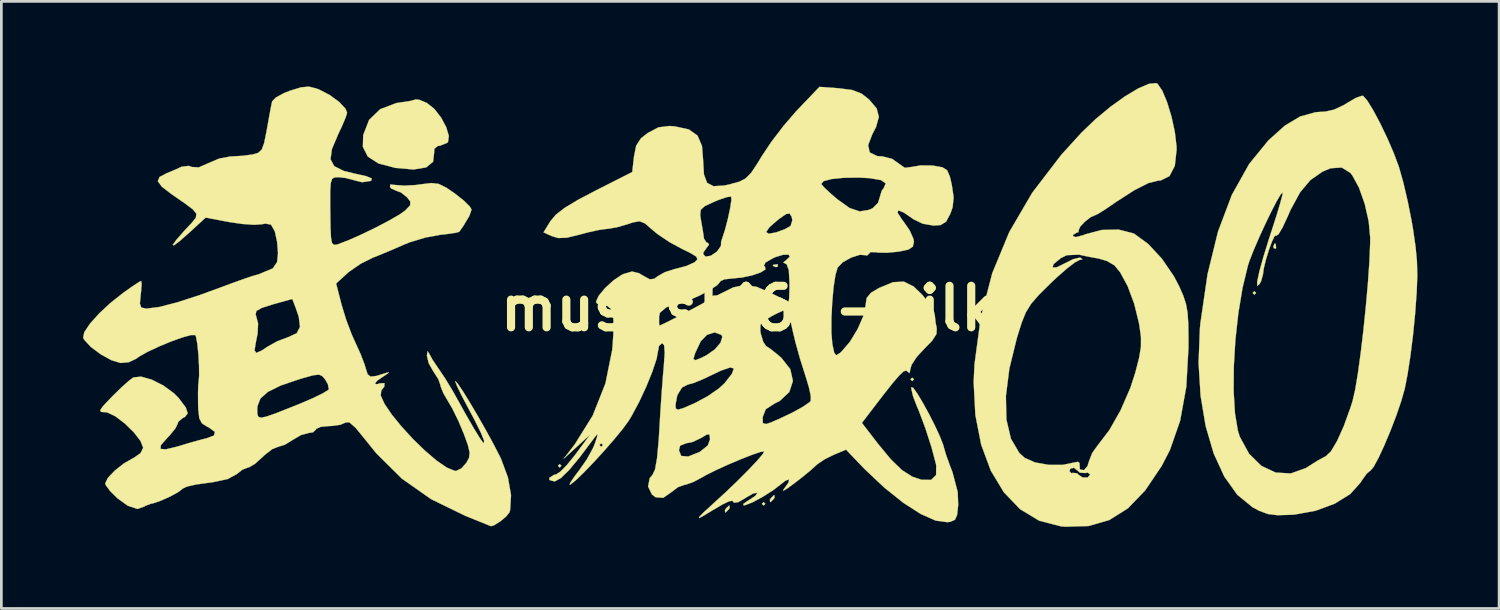
<source format=kicad_pcb>
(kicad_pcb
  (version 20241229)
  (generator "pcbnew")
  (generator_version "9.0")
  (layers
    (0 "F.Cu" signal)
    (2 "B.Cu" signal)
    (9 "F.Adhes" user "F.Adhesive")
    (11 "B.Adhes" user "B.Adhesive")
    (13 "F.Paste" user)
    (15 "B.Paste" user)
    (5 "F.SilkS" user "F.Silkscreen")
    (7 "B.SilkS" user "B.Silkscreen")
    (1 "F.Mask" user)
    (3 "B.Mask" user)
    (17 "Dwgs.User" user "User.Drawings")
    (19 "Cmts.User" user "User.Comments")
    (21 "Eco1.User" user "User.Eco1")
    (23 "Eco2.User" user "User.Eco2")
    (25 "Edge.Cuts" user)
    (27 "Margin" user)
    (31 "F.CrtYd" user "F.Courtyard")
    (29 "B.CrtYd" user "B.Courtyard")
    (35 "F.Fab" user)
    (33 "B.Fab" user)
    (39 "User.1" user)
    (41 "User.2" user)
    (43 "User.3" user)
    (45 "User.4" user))
  (footprint "musashi60-silk"
    (layer "F.Cu")
    (at 24.437 8.287)
    (property "Reference" "musashi60-silk" (at 0 0 0) (layer "F.SilkS") (effects (font (size 1.524 1.524) (thickness 0.3))))
    (attr through_hole)
    (fp_poly (pts (xy -6.858 5.779) (xy -6.921 5.842) (xy -6.985 5.779) (xy -6.921 5.715) (xy -6.858 5.779)) (stroke (width 0.01) (type solid)) (fill yes) (layer "F.SilkS"))
    (fp_poly (pts (xy 0.635 7.176) (xy 0.572 7.239) (xy 0.508 7.176) (xy 0.572 7.112) (xy 0.635 7.176)) (stroke (width 0.01) (type solid)) (fill yes) (layer "F.SilkS"))
    (fp_poly (pts (xy 6.096 2.603) (xy 6.032 2.667) (xy 5.969 2.603) (xy 6.032 2.54) (xy 6.096 2.603)) (stroke (width 0.01) (type solid)) (fill yes) (layer "F.SilkS"))
    (fp_poly (pts (xy 18.669 -0.572) (xy 18.605 -0.508) (xy 18.542 -0.572) (xy 18.605 -0.635) (xy 18.669 -0.572)) (stroke (width 0.01) (type solid)) (fill yes) (layer "F.SilkS"))
    (fp_poly (pts (xy 1.101 -1.609) (xy 1.083 -1.533) (xy 1.016 -1.524) (xy 0.911 -1.57) (xy 0.931 -1.609) (xy 1.082 -1.624) (xy 1.101 -1.609)) (stroke (width 0.01) (type solid)) (fill yes) (layer "F.SilkS"))
    (fp_poly (pts (xy 19.389 -2.371) (xy 19.404 -2.22) (xy 19.389 -2.201) (xy 19.313 -2.219) (xy 19.304 -2.286) (xy 19.35 -2.391) (xy 19.389 -2.371)) (stroke (width 0.01) (type solid)) (fill yes) (layer "F.SilkS"))
    (fp_poly (pts (xy -0.675 7.321) (xy -0.699 7.366) (xy -0.818 7.487) (xy -0.84 7.493) (xy -0.849 7.411) (xy -0.826 7.366) (xy -0.706 7.245) (xy -0.684 7.239) (xy -0.675 7.321)) (stroke (width 0.01) (type solid)) (fill yes) (layer "F.SilkS"))
    (fp_poly (pts (xy 0.976 6.94) (xy 0.953 6.985) (xy 0.833 7.106) (xy 0.811 7.112) (xy 0.802 7.03) (xy 0.826 6.985) (xy 0.945 6.864) (xy 0.967 6.858) (xy 0.976 6.94)) (stroke (width 0.01) (type solid)) (fill yes) (layer "F.SilkS"))
    (fp_poly (pts (xy -12.076 -7.669) (xy -11.817 -7.56) (xy -11.794 -7.548) (xy -11.524 -7.333) (xy -11.278 -7.015) (xy -11.09 -6.662) (xy -10.994 -6.341) (xy -11.025 -6.12) (xy -11.061 -6.086) (xy -11.317 -5.983) (xy -11.406 -5.971) (xy -11.526 -5.868) (xy -11.533 -5.735) (xy -11.573 -5.394) (xy -11.827 -5.185) (xy -12.29 -5.109) (xy -12.954 -5.167) (xy -13.577 -5.329) (xy -13.972 -5.583) (xy -14.153 -5.941) (xy -14.142 -6.371) (xy -13.924 -6.932) (xy -13.515 -7.327) (xy -12.923 -7.55) (xy -12.706 -7.583) (xy -12.397 -7.63) (xy -12.22 -7.679) (xy -12.212 -7.684) (xy -12.076 -7.669)) (stroke (width 0.01) (type solid)) (fill yes) (layer "F.SilkS"))
    (fp_poly (pts (xy 22.604 -7.811) (xy 22.76 -7.632) (xy 22.979 -7.275) (xy 23.233 -6.796) (xy 23.493 -6.254) (xy 23.729 -5.706) (xy 23.914 -5.21) (xy 23.918 -5.196) (xy 24.074 -4.648) (xy 24.236 -3.958) (xy 24.38 -3.238) (xy 24.44 -2.887) (xy 24.529 -2.263) (xy 24.579 -1.73) (xy 24.592 -1.205) (xy 24.57 -0.602) (xy 24.514 0.162) (xy 24.509 0.224) (xy 24.435 0.972) (xy 24.34 1.731) (xy 24.235 2.414) (xy 24.134 2.932) (xy 24.131 2.946) (xy 24.001 3.403) (xy 23.818 3.938) (xy 23.603 4.498) (xy 23.378 5.033) (xy 23.166 5.49) (xy 22.987 5.818) (xy 22.863 5.966) (xy 22.849 5.969) (xy 22.733 6.068) (xy 22.556 6.314) (xy 22.505 6.397) (xy 22.129 6.816) (xy 21.561 7.169) (xy 20.861 7.429) (xy 20.089 7.57) (xy 19.966 7.579) (xy 19.462 7.594) (xy 19.1 7.551) (xy 18.773 7.428) (xy 18.537 7.301) (xy 17.979 6.845) (xy 17.501 6.176) (xy 17.11 5.325) (xy 16.816 4.324) (xy 16.628 3.203) (xy 16.619 3.043) (xy 17.844 3.043) (xy 17.892 3.847) (xy 17.998 4.484) (xy 18.069 4.712) (xy 18.411 5.337) (xy 18.862 5.781) (xy 19.385 6.027) (xy 19.943 6.06) (xy 20.496 5.862) (xy 20.588 5.804) (xy 20.914 5.597) (xy 21.179 5.453) (xy 21.221 5.435) (xy 21.416 5.253) (xy 21.647 4.864) (xy 21.895 4.31) (xy 22.14 3.631) (xy 22.214 3.396) (xy 22.307 2.993) (xy 22.408 2.391) (xy 22.511 1.644) (xy 22.611 0.805) (xy 22.701 -0.071) (xy 22.777 -0.93) (xy 22.832 -1.718) (xy 22.859 -2.381) (xy 22.862 -2.603) (xy 22.806 -3.207) (xy 22.659 -3.85) (xy 22.449 -4.443) (xy 22.203 -4.895) (xy 22.131 -4.985) (xy 21.813 -5.182) (xy 21.405 -5.154) (xy 21.107 -5.029) (xy 20.664 -4.721) (xy 20.288 -4.274) (xy 19.942 -3.64) (xy 19.824 -3.372) (xy 19.644 -2.984) (xy 19.497 -2.736) (xy 19.41 -2.672) (xy 19.402 -2.685) (xy 19.346 -2.658) (xy 19.249 -2.454) (xy 19.135 -2.141) (xy 19.027 -1.787) (xy 18.948 -1.461) (xy 18.921 -1.25) (xy 18.851 -1.002) (xy 18.786 -0.889) (xy 18.708 -0.833) (xy 18.71 -0.995) (xy 18.787 -1.355) (xy 18.935 -1.891) (xy 19.149 -2.583) (xy 19.255 -2.908) (xy 19.427 -3.444) (xy 19.559 -3.884) (xy 19.636 -4.176) (xy 19.649 -4.27) (xy 19.572 -4.193) (xy 19.42 -3.935) (xy 19.22 -3.547) (xy 18.995 -3.081) (xy 18.77 -2.59) (xy 18.57 -2.126) (xy 18.421 -1.741) (xy 18.37 -1.587) (xy 18.171 -0.76) (xy 18.016 0.171) (xy 17.908 1.151) (xy 17.85 2.127) (xy 17.844 3.043) (xy 16.619 3.043) (xy 16.555 1.995) (xy 16.604 0.731) (xy 16.623 0.532) (xy 16.884 -1.257) (xy 17.269 -2.826) (xy 17.778 -4.176) (xy 18.413 -5.311) (xy 19.121 -6.179) (xy 19.723 -6.719) (xy 20.284 -7.055) (xy 20.86 -7.215) (xy 21.223 -7.238) (xy 21.535 -7.309) (xy 21.911 -7.487) (xy 22.026 -7.559) (xy 22.331 -7.738) (xy 22.554 -7.817) (xy 22.604 -7.811)) (stroke (width 0.01) (type solid)) (fill yes) (layer "F.SilkS"))
    (fp_poly (pts (xy 15.048 -8.257) (xy 15.222 -8.005) (xy 15.401 -7.576) (xy 15.562 -7.043) (xy 15.683 -6.481) (xy 15.745 -5.963) (xy 15.748 -5.837) (xy 15.682 -5.243) (xy 15.486 -4.866) (xy 15.16 -4.705) (xy 15.065 -4.699) (xy 14.711 -4.61) (xy 14.196 -4.349) (xy 13.534 -3.924) (xy 13.441 -3.859) (xy 13.101 -3.628) (xy 12.848 -3.472) (xy 12.753 -3.429) (xy 12.587 -3.357) (xy 12.376 -3.191) (xy 12.203 -3.007) (xy 12.149 -2.882) (xy 12.154 -2.874) (xy 12.137 -2.8) (xy 12.086 -2.794) (xy 11.946 -2.708) (xy 11.938 -2.665) (xy 12.04 -2.624) (xy 12.308 -2.693) (xy 12.398 -2.729) (xy 13.001 -2.888) (xy 13.621 -2.9) (xy 14.153 -2.764) (xy 14.199 -2.741) (xy 14.702 -2.375) (xy 15.206 -1.833) (xy 15.649 -1.185) (xy 15.837 -0.826) (xy 15.99 -0.479) (xy 16.091 -0.176) (xy 16.15 0.152) (xy 16.178 0.57) (xy 16.184 1.146) (xy 16.183 1.46) (xy 16.103 2.881) (xy 15.879 4.117) (xy 15.503 5.197) (xy 15.199 5.786) (xy 14.594 6.682) (xy 13.961 7.34) (xy 13.274 7.772) (xy 12.512 7.992) (xy 11.648 8.017) (xy 11.493 8.002) (xy 10.698 7.797) (xy 9.996 7.373) (xy 9.399 6.751) (xy 8.932 5.976) (xy 11.811 5.976) (xy 11.888 6.055) (xy 11.929 6.038) (xy 12.092 6.054) (xy 12.127 6.094) (xy 12.287 6.205) (xy 12.479 6.208) (xy 12.573 6.101) (xy 12.573 6.1) (xy 12.481 6.028) (xy 12.395 6.045) (xy 12.19 6.031) (xy 12.134 5.978) (xy 11.977 5.852) (xy 11.838 5.887) (xy 11.811 5.976) (xy 8.932 5.976) (xy 8.918 5.953) (xy 8.566 5) (xy 8.353 3.913) (xy 8.317 3.215) (xy 9.475 3.215) (xy 9.494 4.08) (xy 9.66 4.785) (xy 9.969 5.309) (xy 10.164 5.486) (xy 10.544 5.655) (xy 11.052 5.745) (xy 11.572 5.744) (xy 11.909 5.673) (xy 12.12 5.631) (xy 12.18 5.674) (xy 12.193 5.91) (xy 12.339 5.941) (xy 12.473 5.79) (xy 12.53 5.608) (xy 12.648 5.305) (xy 12.836 5.043) (xy 13.275 4.469) (xy 13.694 3.73) (xy 14.049 2.914) (xy 14.233 2.345) (xy 14.371 1.806) (xy 14.437 1.407) (xy 14.438 1.047) (xy 14.38 0.626) (xy 14.359 0.509) (xy 14.187 -0.185) (xy 13.948 -0.824) (xy 13.672 -1.334) (xy 13.461 -1.589) (xy 13.18 -1.75) (xy 12.881 -1.837) (xy 12.466 -1.913) (xy 12.16 -1.979) (xy 11.713 -1.96) (xy 11.494 -1.853) (xy 11.229 -1.635) (xy 11.188 -1.51) (xy 11.346 -1.515) (xy 11.621 -1.651) (xy 11.937 -1.81) (xy 12.18 -1.869) (xy 12.224 -1.862) (xy 12.288 -1.805) (xy 12.188 -1.788) (xy 12.017 -1.7) (xy 11.718 -1.47) (xy 11.34 -1.139) (xy 11.105 -0.917) (xy 10.686 -0.501) (xy 10.404 -0.177) (xy 10.21 0.137) (xy 10.054 0.52) (xy 9.887 1.054) (xy 9.878 1.083) (xy 9.602 2.209) (xy 9.475 3.215) (xy 8.317 3.215) (xy 8.29 2.714) (xy 8.321 2.052) (xy 8.555 0.307) (xy 8.976 -1.305) (xy 9.601 -2.814) (xy 10.442 -4.253) (xy 11.514 -5.653) (xy 12.247 -6.457) (xy 12.768 -6.958) (xy 13.317 -7.413) (xy 13.853 -7.798) (xy 14.338 -8.088) (xy 14.733 -8.258) (xy 14.998 -8.282) (xy 15.048 -8.257)) (stroke (width 0.01) (type solid)) (fill yes) (layer "F.SilkS"))
    (fp_poly (pts (xy -15.854 -8.083) (xy -15.75 -8.042) (xy -15.366 -7.842) (xy -15.024 -7.59) (xy -14.792 -7.344) (xy -14.732 -7.198) (xy -14.784 -7.024) (xy -14.92 -6.702) (xy -15.064 -6.396) (xy -15.29 -5.86) (xy -15.342 -5.484) (xy -15.204 -5.23) (xy -14.858 -5.057) (xy -14.453 -4.958) (xy -14.029 -4.863) (xy -13.833 -4.783) (xy -13.839 -4.707) (xy -13.87 -4.687) (xy -14.179 -4.641) (xy -14.413 -4.698) (xy -14.785 -4.797) (xy -15.056 -4.826) (xy -15.196 -4.818) (xy -15.284 -4.762) (xy -15.333 -4.611) (xy -15.353 -4.321) (xy -15.354 -3.844) (xy -15.351 -3.552) (xy -15.342 -2.976) (xy -15.325 -2.61) (xy -15.288 -2.413) (xy -15.221 -2.34) (xy -15.114 -2.349) (xy -15.066 -2.364) (xy -14.688 -2.507) (xy -14.202 -2.723) (xy -13.678 -2.977) (xy -13.187 -3.234) (xy -12.8 -3.458) (xy -12.605 -3.596) (xy -12.417 -3.791) (xy -12.411 -3.934) (xy -12.529 -4.086) (xy -12.754 -4.266) (xy -12.903 -4.318) (xy -13.115 -4.413) (xy -13.156 -4.464) (xy -13.147 -4.558) (xy -12.941 -4.538) (xy -12.634 -4.515) (xy -12.21 -4.539) (xy -12.01 -4.566) (xy -11.639 -4.611) (xy -11.368 -4.58) (xy -11.092 -4.445) (xy -10.772 -4.226) (xy -10.444 -3.967) (xy -10.222 -3.746) (xy -10.16 -3.636) (xy -10.239 -3.406) (xy -10.458 -3.04) (xy -10.613 -2.818) (xy -10.744 -2.783) (xy -11.052 -2.738) (xy -11.322 -2.707) (xy -11.862 -2.606) (xy -12.432 -2.434) (xy -12.636 -2.351) (xy -13.119 -2.141) (xy -13.61 -1.938) (xy -13.795 -1.865) (xy -14.242 -1.641) (xy -14.667 -1.346) (xy -14.727 -1.293) (xy -15.136 -0.92) (xy -14.937 -0.144) (xy -14.772 0.398) (xy -14.564 0.951) (xy -14.436 1.236) (xy -14.242 1.66) (xy -14.091 2.054) (xy -14.046 2.204) (xy -13.979 2.415) (xy -13.869 2.502) (xy -13.651 2.476) (xy -13.271 2.356) (xy -13.191 2.349) (xy -13.315 2.441) (xy -13.367 2.472) (xy -13.616 2.643) (xy -13.714 2.758) (xy -13.637 2.783) (xy -13.525 2.748) (xy -13.359 2.74) (xy -13.366 2.871) (xy -13.478 3.013) (xy -13.497 3.199) (xy -13.355 3.508) (xy -13.086 3.903) (xy -12.725 4.345) (xy -12.308 4.799) (xy -11.869 5.225) (xy -11.444 5.587) (xy -11.067 5.846) (xy -10.774 5.965) (xy -10.727 5.969) (xy -10.531 5.872) (xy -10.351 5.67) (xy -10.251 5.483) (xy -10.23 5.292) (xy -10.294 5.017) (xy -10.436 4.622) (xy -10.64 4.134) (xy -10.868 3.672) (xy -11.01 3.431) (xy -11.195 3.113) (xy -11.296 2.863) (xy -11.303 2.816) (xy -11.377 2.601) (xy -11.554 2.324) (xy -11.557 2.321) (xy -11.735 2.01) (xy -11.801 1.729) (xy -11.775 1.569) (xy -11.718 1.651) (xy -11.596 1.877) (xy -11.393 2.181) (xy -11.363 2.223) (xy -11.136 2.559) (xy -10.871 2.995) (xy -10.733 3.239) (xy -10.373 3.886) (xy -10.074 4.405) (xy -9.852 4.766) (xy -9.725 4.941) (xy -9.707 4.953) (xy -9.699 4.856) (xy -9.818 4.56) (xy -10.067 4.06) (xy -10.319 3.588) (xy -10.54 3.167) (xy -10.694 2.847) (xy -10.758 2.68) (xy -10.754 2.667) (xy -10.659 2.771) (xy -10.471 3.05) (xy -10.219 3.458) (xy -9.931 3.945) (xy -9.636 4.465) (xy -9.36 4.968) (xy -9.133 5.408) (xy -9.076 5.524) (xy -8.824 6.203) (xy -8.709 6.856) (xy -8.743 7.407) (xy -8.766 7.488) (xy -8.89 7.644) (xy -9.116 7.831) (xy -9.342 7.97) (xy -9.444 7.997) (xy -9.561 7.952) (xy -9.856 7.833) (xy -10.271 7.665) (xy -10.395 7.615) (xy -11.646 7.005) (xy -12.717 6.253) (xy -13.662 5.317) (xy -14.089 4.788) (xy -14.421 4.381) (xy -14.647 4.185) (xy -14.777 4.185) (xy -14.983 4.272) (xy -15.321 4.317) (xy -15.392 4.318) (xy -15.701 4.348) (xy -15.866 4.421) (xy -15.875 4.445) (xy -15.982 4.547) (xy -16.141 4.572) (xy -16.428 4.649) (xy -16.729 4.826) (xy -17.021 5.006) (xy -17.265 5.08) (xy -17.483 5.167) (xy -17.763 5.382) (xy -17.844 5.461) (xy -18.111 5.701) (xy -18.331 5.833) (xy -18.375 5.842) (xy -18.585 5.925) (xy -18.779 6.079) (xy -19.116 6.264) (xy -19.699 6.388) (xy -19.858 6.407) (xy -20.296 6.469) (xy -20.626 6.545) (xy -20.772 6.616) (xy -20.932 6.743) (xy -21.233 6.907) (xy -21.575 7.061) (xy -21.859 7.158) (xy -21.93 7.169) (xy -22.147 7.25) (xy -22.174 7.272) (xy -22.434 7.365) (xy -22.793 7.246) (xy -23.173 6.972) (xy -23.44 6.707) (xy -23.601 6.489) (xy -23.622 6.424) (xy -23.523 6.222) (xy -23.272 5.958) (xy -22.94 5.696) (xy -22.597 5.497) (xy -22.574 5.488) (xy -22.324 5.315) (xy -22.225 5.119) (xy -22.323 4.867) (xy -22.57 4.548) (xy -22.901 4.224) (xy -23.248 3.96) (xy -23.543 3.819) (xy -23.611 3.81) (xy -23.771 3.799) (xy -23.807 3.737) (xy -23.7 3.585) (xy -23.435 3.303) (xy -23.363 3.229) (xy -23.031 2.904) (xy -22.742 2.647) (xy -22.584 2.531) (xy -22.303 2.502) (xy -21.911 2.613) (xy -21.481 2.83) (xy -21.089 3.119) (xy -20.915 3.297) (xy -20.66 3.637) (xy -20.589 3.852) (xy -20.692 3.985) (xy -20.765 4.018) (xy -20.935 4.161) (xy -20.959 4.236) (xy -21.045 4.409) (xy -21.257 4.667) (xy -21.347 4.76) (xy -21.574 5.02) (xy -21.592 5.157) (xy -21.395 5.174) (xy -20.978 5.074) (xy -20.86 5.038) (xy -20.424 4.908) (xy -20.029 4.8) (xy -19.907 4.771) (xy -19.623 4.666) (xy -19.591 4.532) (xy -19.812 4.372) (xy -19.875 4.341) (xy -20.065 4.221) (xy -20.164 4.035) (xy -20.202 3.702) (xy -20.203 3.69) (xy -18.034 3.69) (xy -18.031 3.866) (xy -17.999 3.974) (xy -17.899 4.011) (xy -17.694 3.97) (xy -17.348 3.848) (xy -16.822 3.64) (xy -16.462 3.496) (xy -15.998 3.297) (xy -15.634 3.121) (xy -15.428 2.995) (xy -15.403 2.966) (xy -15.439 2.781) (xy -15.54 2.605) (xy -15.648 2.478) (xy -15.774 2.428) (xy -15.987 2.454) (xy -16.354 2.557) (xy -16.494 2.599) (xy -17.181 2.833) (xy -17.645 3.063) (xy -17.918 3.308) (xy -18.028 3.591) (xy -18.034 3.69) (xy -20.203 3.69) (xy -20.208 3.527) (xy -20.211 3.124) (xy -20.203 2.823) (xy -20.193 2.731) (xy -20.17 2.478) (xy -20.174 2.096) (xy -20.198 1.67) (xy -20.212 1.535) (xy -18.133 1.535) (xy -18.07 1.632) (xy -17.864 1.541) (xy -17.668 1.408) (xy -17.293 1.2) (xy -16.886 1.047) (xy -16.586 0.909) (xy -16.464 0.677) (xy -16.508 0.308) (xy -16.618 -0.017) (xy -16.747 -0.352) (xy -17.459 -0.154) (xy -17.866 -0.024) (xy -18.064 0.089) (xy -18.095 0.214) (xy -18.084 0.245) (xy -18.003 0.549) (xy -18.022 0.925) (xy -18.085 1.238) (xy -18.133 1.535) (xy -20.212 1.535) (xy -20.238 1.285) (xy -20.287 1.028) (xy -20.312 0.975) (xy -20.467 0.974) (xy -20.784 1.061) (xy -21.199 1.21) (xy -21.646 1.395) (xy -22.061 1.589) (xy -22.377 1.767) (xy -22.487 1.848) (xy -22.759 1.974) (xy -23.061 2) (xy -23.393 1.899) (xy -23.786 1.682) (xy -24.15 1.411) (xy -24.394 1.146) (xy -24.432 1.073) (xy -24.389 0.867) (xy -24.179 0.554) (xy -23.839 0.176) (xy -23.408 -0.223) (xy -22.955 -0.58) (xy -22.624 -0.814) (xy -22.384 -0.972) (xy -22.3 -1.016) (xy -22.283 -0.904) (xy -22.303 -0.625) (xy -22.317 -0.508) (xy -22.347 -0.183) (xy -22.298 -0.038) (xy -22.136 -0.001) (xy -22.079 0) (xy -21.634 -0.057) (xy -20.981 -0.225) (xy -20.14 -0.498) (xy -19.431 -0.756) (xy -18.929 -0.943) (xy -18.505 -1.095) (xy -18.223 -1.19) (xy -18.161 -1.207) (xy -17.973 -1.26) (xy -17.939 -1.276) (xy -17.812 -1.329) (xy -17.463 -1.475) (xy -17.305 -1.709) (xy -17.272 -2.037) (xy -17.306 -2.456) (xy -17.387 -2.826) (xy -17.397 -2.852) (xy -17.531 -3.084) (xy -17.739 -3.121) (xy -17.856 -3.097) (xy -18.151 -3.077) (xy -18.594 -3.108) (xy -19.061 -3.177) (xy -19.931 -3.341) (xy -20.504 -2.814) (xy -20.884 -2.478) (xy -21.098 -2.32) (xy -21.14 -2.337) (xy -21.004 -2.527) (xy -20.695 -2.879) (xy -20.438 -3.151) (xy -20.291 -3.336) (xy -20.272 -3.484) (xy -20.397 -3.641) (xy -20.686 -3.858) (xy -21.155 -4.182) (xy -21.177 -4.197) (xy -21.543 -4.479) (xy -21.689 -4.681) (xy -21.623 -4.835) (xy -21.368 -4.969) (xy -21.039 -5.106) (xy -20.817 -5.209) (xy -20.55 -5.242) (xy -20.437 -5.201) (xy -20.183 -5.187) (xy -19.838 -5.339) (xy -19.436 -5.509) (xy -19.026 -5.587) (xy -18.995 -5.588) (xy -18.565 -5.612) (xy -18.201 -5.662) (xy -17.999 -5.721) (xy -17.871 -5.839) (xy -17.782 -6.076) (xy -17.697 -6.494) (xy -17.681 -6.583) (xy -17.599 -7.042) (xy -17.529 -7.415) (xy -17.487 -7.613) (xy -17.349 -7.755) (xy -17.045 -7.92) (xy -16.816 -8.009) (xy -16.415 -8.13) (xy -16.132 -8.153) (xy -15.854 -8.083)) (stroke (width 0.01) (type solid)) (fill yes) (layer "F.SilkS"))
    (fp_poly (pts (xy 3.349 -8.092) (xy 3.835 -8.028) (xy 4.173 -7.897) (xy 4.45 -7.678) (xy 4.725 -7.354) (xy 4.807 -7.044) (xy 4.704 -6.671) (xy 4.567 -6.405) (xy 4.412 -6.003) (xy 4.472 -5.735) (xy 4.746 -5.603) (xy 4.949 -5.588) (xy 5.294 -5.499) (xy 5.517 -5.342) (xy 5.761 -5.171) (xy 6.028 -5.205) (xy 6.34 -5.259) (xy 6.746 -5.255) (xy 6.833 -5.245) (xy 7.144 -5.189) (xy 7.316 -5.081) (xy 7.416 -4.85) (xy 7.486 -4.551) (xy 7.555 -4.085) (xy 7.517 -3.722) (xy 7.436 -3.488) (xy 7.277 -3.19) (xy 7.074 -3.068) (xy 6.818 -3.048) (xy 6.419 -3.117) (xy 6.081 -3.28) (xy 5.725 -3.526) (xy 5.524 -3.608) (xy 5.493 -3.526) (xy 5.645 -3.285) (xy 5.706 -3.209) (xy 5.94 -2.869) (xy 6.079 -2.558) (xy 6.096 -2.455) (xy 6.055 -2.273) (xy 5.89 -2.165) (xy 5.536 -2.091) (xy 5.524 -2.089) (xy 5.116 -2.05) (xy 4.778 -2.055) (xy 4.698 -2.069) (xy 4.496 -2.073) (xy 4.445 -2.013) (xy 4.369 -1.944) (xy 4.333 -1.959) (xy 4.109 -1.974) (xy 3.793 -1.874) (xy 3.486 -1.703) (xy 3.293 -1.507) (xy 3.212 -1.233) (xy 3.143 -0.781) (xy 3.093 -0.227) (xy 3.064 0.353) (xy 3.063 0.884) (xy 3.096 1.29) (xy 3.102 1.328) (xy 3.168 1.628) (xy 3.243 1.717) (xy 3.379 1.632) (xy 3.436 1.581) (xy 3.741 1.225) (xy 4.023 0.762) (xy 4.232 0.288) (xy 4.318 -0.1) (xy 4.318 -0.115) (xy 4.358 -0.387) (xy 4.521 -0.583) (xy 4.821 -0.759) (xy 5.329 -0.968) (xy 5.726 -0.989) (xy 6.085 -0.81) (xy 6.399 -0.508) (xy 6.659 -0.181) (xy 6.826 0.103) (xy 6.86 0.223) (xy 6.894 0.532) (xy 6.934 0.715) (xy 6.925 0.934) (xy 6.759 1.192) (xy 6.488 1.466) (xy 6.198 1.779) (xy 6.009 2.071) (xy 5.967 2.211) (xy 5.936 2.374) (xy 5.868 2.323) (xy 5.807 2.277) (xy 5.71 2.314) (xy 5.554 2.461) (xy 5.314 2.741) (xy 4.966 3.181) (xy 4.601 3.657) (xy 4.184 4.202) (xy 4.76 4.95) (xy 5.244 5.537) (xy 5.654 5.935) (xy 6.035 6.178) (xy 6.372 6.291) (xy 6.729 6.297) (xy 6.91 6.12) (xy 6.914 5.76) (xy 6.905 5.716) (xy 6.743 5.102) (xy 6.517 4.401) (xy 6.274 3.753) (xy 6.199 3.578) (xy 6.063 3.223) (xy 6 2.954) (xy 6.003 2.884) (xy 6.075 2.92) (xy 6.226 3.134) (xy 6.428 3.472) (xy 6.652 3.881) (xy 6.869 4.308) (xy 7.051 4.701) (xy 7.169 5.005) (xy 7.189 5.08) (xy 7.279 5.385) (xy 7.428 5.799) (xy 7.51 6.008) (xy 7.704 6.741) (xy 7.722 7.215) (xy 7.684 7.58) (xy 7.604 7.763) (xy 7.436 7.836) (xy 7.327 7.851) (xy 6.896 7.793) (xy 6.346 7.55) (xy 5.709 7.141) (xy 5.015 6.587) (xy 4.294 5.909) (xy 4.126 5.736) (xy 3.601 5.185) (xy 3.161 5.369) (xy 2.815 5.54) (xy 2.555 5.714) (xy 2.535 5.732) (xy 2.294 5.949) (xy 2.002 6.189) (xy 1.708 6.418) (xy 1.459 6.598) (xy 1.303 6.694) (xy 1.289 6.671) (xy 1.302 6.655) (xy 1.485 6.399) (xy 1.508 6.278) (xy 1.377 6.323) (xy 1.238 6.433) (xy 0.925 6.675) (xy 0.543 6.918) (xy 0.173 7.117) (xy -0.104 7.226) (xy -0.166 7.234) (xy -0.175 7.181) (xy 0.000384 7.057) (xy 0.043 7.033) (xy 0.27 6.883) (xy 0.34 6.777) (xy 0.336 6.771) (xy 0.2 6.792) (xy -0.049 6.931) (xy -0.109 6.972) (xy -0.363 7.116) (xy -0.516 7.134) (xy -0.529 7.117) (xy -0.582 7.063) (xy -0.708 7.087) (xy -0.947 7.204) (xy -1.338 7.434) (xy -1.611 7.6) (xy -1.795 7.701) (xy -1.803 7.667) (xy -1.63 7.489) (xy -1.27 7.16) (xy -0.816 6.744) (xy -0.372 6.318) (xy 0.026 5.918) (xy 0.344 5.581) (xy 0.544 5.346) (xy 0.593 5.249) (xy 0.458 5.269) (xy 0.155 5.372) (xy -0.255 5.533) (xy -0.71 5.725) (xy -1.149 5.924) (xy -1.511 6.103) (xy -1.666 6.191) (xy -2.002 6.371) (xy -2.277 6.47) (xy -2.333 6.477) (xy -2.571 6.562) (xy -2.794 6.731) (xy -3.114 6.955) (xy -3.396 6.935) (xy -3.531 6.833) (xy -3.673 6.541) (xy -3.613 6.233) (xy -3.512 6.112) (xy -3.418 5.915) (xy -3.342 5.486) (xy -3.317 5.207) (xy -2.54 5.207) (xy -2.455 5.417) (xy -2.2 5.438) (xy -1.776 5.269) (xy -1.772 5.267) (xy -1.479 5.032) (xy -1.397 4.808) (xy -1.414 4.632) (xy -1.511 4.627) (xy -1.71 4.748) (xy -2.029 4.901) (xy -2.282 4.953) (xy -2.497 5.041) (xy -2.54 5.207) (xy -3.317 5.207) (xy -3.281 4.816) (xy -3.261 4.477) (xy -3.22 3.78) (xy -3.204 3.54) (xy -2.667 3.54) (xy -2.667 3.541) (xy -2.654 3.673) (xy -2.581 3.717) (xy -2.394 3.665) (xy -2.041 3.513) (xy -1.937 3.466) (xy -1.48 3.22) (xy -1.068 2.933) (xy -0.862 2.743) (xy -0.591 2.396) (xy -0.522 2.203) (xy -0.653 2.164) (xy -0.987 2.278) (xy -1.266 2.411) (xy -1.682 2.608) (xy -2.027 2.746) (xy -2.214 2.794) (xy -2.43 2.906) (xy -2.599 3.184) (xy -2.667 3.54) (xy -3.204 3.54) (xy -3.173 3.077) (xy -3.126 2.462) (xy -3.096 2.127) (xy -3.078 1.857) (xy -2.009 1.857) (xy -1.928 1.898) (xy -1.69 1.799) (xy -1.521 1.713) (xy -1.219 1.501) (xy -1.01 1.254) (xy -0.945 1.039) (xy -0.978 0.969) (xy -1.224 0.877) (xy -1.509 0.967) (xy -1.739 1.206) (xy -1.756 1.239) (xy -1.947 1.647) (xy -2.009 1.857) (xy -3.078 1.857) (xy -3.062 1.628) (xy -3.083 1.351) (xy -3.157 1.27) (xy -3.273 1.377) (xy -3.302 1.534) (xy -3.36 1.848) (xy -3.515 2.315) (xy -3.738 2.865) (xy -4.001 3.43) (xy -4.275 3.942) (xy -4.387 4.126) (xy -4.601 4.42) (xy -4.914 4.801) (xy -5.284 5.226) (xy -5.67 5.648) (xy -6.033 6.025) (xy -6.33 6.312) (xy -6.521 6.464) (xy -6.557 6.477) (xy -6.524 6.388) (xy -6.368 6.159) (xy -6.202 5.942) (xy -5.922 5.539) (xy -5.695 5.125) (xy -5.65 5.016) (xy -5.461 5.016) (xy -5.397 5.08) (xy -5.334 5.016) (xy -5.397 4.953) (xy -5.461 5.016) (xy -5.65 5.016) (xy -5.626 4.958) (xy -5.539 4.683) (xy -5.543 4.62) (xy -5.642 4.741) (xy -5.658 4.763) (xy -6.173 5.45) (xy -6.573 5.933) (xy -6.874 6.227) (xy -7.088 6.346) (xy -7.127 6.35) (xy -7.298 6.3) (xy -7.303 6.223) (xy -7.118 6.104) (xy -7.056 6.096) (xy -6.903 6) (xy -6.656 5.749) (xy -6.367 5.394) (xy -6.346 5.366) (xy -5.804 4.636) (xy -6.291 5.08) (xy -6.777 5.524) (xy -6.368 4.992) (xy -5.708 3.934) (xy -5.24 2.753) (xy -4.991 1.518) (xy -4.98 1.407) (xy -4.942 0.814) (xy 0.45 0.814) (xy 0.47 0.931) (xy 0.558 1.223) (xy 0.663 1.378) (xy 0.667 1.38) (xy 0.829 1.487) (xy 1.096 1.701) (xy 1.219 1.806) (xy 1.552 2.226) (xy 1.649 2.662) (xy 1.517 3.067) (xy 1.163 3.397) (xy 0.971 3.493) (xy 0.652 3.699) (xy 0.538 3.986) (xy 0.544 4.212) (xy 0.665 4.244) (xy 0.823 4.192) (xy 1.129 4.061) (xy 1.527 3.873) (xy 1.678 3.798) (xy 2.017 3.609) (xy 2.252 3.448) (xy 2.304 3.395) (xy 2.306 3.219) (xy 2.233 2.879) (xy 2.101 2.445) (xy 2.095 2.428) (xy 1.912 1.85) (xy 1.739 1.229) (xy 1.643 0.826) (xy 1.554 0.42) (xy 1.485 0.129) (xy 1.454 0.026) (xy 1.337 0.056) (xy 1.071 0.176) (xy 0.909 0.258) (xy 0.594 0.44) (xy 0.458 0.599) (xy 0.45 0.814) (xy -4.942 0.814) (xy -4.937 0.744) (xy -4.948 0.397) (xy -3.302 0.397) (xy -3.286 0.595) (xy -3.267 0.635) (xy -3.145 0.581) (xy -2.86 0.441) (xy -2.473 0.243) (xy -2.473 0.243) (xy -1.946 -0.035) (xy -1.391 -0.336) (xy -1.064 -0.519) (xy -0.54 -0.777) (xy -0.109 -0.868) (xy 0.326 -0.794) (xy 0.836 -0.572) (xy 1.184 -0.398) (xy 1.425 -0.282) (xy 1.492 -0.255) (xy 1.51 -0.369) (xy 1.521 -0.665) (xy 1.524 -0.953) (xy 1.498 -1.411) (xy 1.418 -1.63) (xy 1.365 -1.653) (xy 1.296 -1.694) (xy 1.393 -1.773) (xy 1.538 -1.908) (xy 1.488 -1.979) (xy 1.293 -1.976) (xy 1.008 -1.891) (xy 0.927 -1.855) (xy 0.64 -1.69) (xy 0.583 -1.571) (xy 0.626 -1.529) (xy 0.639 -1.435) (xy 0.46 -1.324) (xy 0.15 -1.218) (xy -0.232 -1.138) (xy -0.581 -1.105) (xy -0.871 -1.072) (xy -1.013 -1.007) (xy -1.016 -0.996) (xy -1.123 -0.866) (xy -1.396 -0.683) (xy -1.764 -0.485) (xy -2.156 -0.311) (xy -2.501 -0.197) (xy -2.54 -0.188) (xy -3.001 -0.046) (xy -3.243 0.159) (xy -3.302 0.397) (xy -4.948 0.397) (xy -4.951 0.294) (xy -5.03 0.023) (xy -5.183 -0.104) (xy -5.34 -0.127) (xy -5.543 -0.177) (xy -5.588 -0.244) (xy -5.493 -0.462) (xy -5.257 -0.748) (xy -4.949 -1.031) (xy -4.639 -1.239) (xy -4.575 -1.269) (xy -4.263 -1.36) (xy -4.01 -1.299) (xy -3.864 -1.212) (xy -3.613 -1.075) (xy -3.445 -1.092) (xy -3.323 -1.186) (xy -3.057 -1.336) (xy -2.688 -1.453) (xy -2.642 -1.463) (xy -2.268 -1.563) (xy -1.978 -1.693) (xy -1.955 -1.709) (xy -1.86 -1.809) (xy -1.903 -1.908) (xy -2.121 -2.042) (xy -2.424 -2.19) (xy -2.887 -2.441) (xy -3.321 -2.732) (xy -3.518 -2.894) (xy -3.785 -3.127) (xy -3.987 -3.208) (xy -4.235 -3.163) (xy -4.407 -3.104) (xy -4.799 -2.99) (xy -5.141 -2.929) (xy -5.187 -2.927) (xy -5.475 -2.888) (xy -5.892 -2.796) (xy -6.187 -2.717) (xy -6.653 -2.603) (xy -6.973 -2.59) (xy -7.202 -2.656) (xy -7.515 -2.799) (xy -7.263 -3.209) (xy -7.08 -3.428) (xy -1.758 -3.428) (xy -1.722 -3.205) (xy -1.66 -2.852) (xy -1.623 -2.598) (xy -1.621 -2.572) (xy -1.526 -2.424) (xy -1.477 -2.413) (xy -1.432 -2.348) (xy -1.499 -2.261) (xy -1.632 -2.074) (xy -1.651 -2.007) (xy -1.564 -1.908) (xy -1.368 -1.94) (xy -1.157 -2.081) (xy -1.127 -2.115) (xy -1.005 -2.286) (xy -0.992 -2.337) (xy -0.991 -2.445) (xy -0.961 -2.54) (xy -0.873 -2.81) (xy 0.666 -2.81) (xy 0.761 -2.748) (xy 1.031 -2.798) (xy 1.35 -2.914) (xy 1.559 -3.032) (xy 1.564 -3.037) (xy 1.628 -3.245) (xy 1.603 -3.372) (xy 1.527 -3.491) (xy 1.399 -3.472) (xy 1.152 -3.301) (xy 1.116 -3.274) (xy 0.785 -2.988) (xy 0.666 -2.81) (xy -0.873 -2.81) (xy -0.848 -2.886) (xy -0.742 -3.293) (xy -0.658 -3.685) (xy -0.612 -3.984) (xy -0.621 -4.115) (xy -0.773 -4.095) (xy -1.072 -3.994) (xy -1.255 -3.919) (xy -1.588 -3.764) (xy -1.738 -3.627) (xy -1.758 -3.428) (xy -7.08 -3.428) (xy -7.065 -3.446) (xy -6.734 -3.702) (xy -6.234 -4.002) (xy -5.633 -4.318) (xy -4.255 -5.016) (xy -4.191 -5.584) (xy -4.11 -5.986) (xy -3.935 -6.255) (xy -3.683 -6.452) (xy -3.288 -6.659) (xy -2.882 -6.708) (xy -2.694 -6.694) (xy -2.178 -6.582) (xy -1.856 -6.355) (xy -1.692 -5.972) (xy -1.651 -5.457) (xy -1.621 -4.93) (xy -1.506 -4.621) (xy -1.27 -4.495) (xy -0.874 -4.52) (xy -0.646 -4.569) (xy -0.613 -4.579) (xy 2.691 -4.579) (xy 2.692 -4.575) (xy 2.804 -4.443) (xy 3.053 -4.211) (xy 3.282 -4.015) (xy 3.732 -3.694) (xy 4.101 -3.569) (xy 4.449 -3.626) (xy 4.58 -3.687) (xy 4.779 -3.887) (xy 4.826 -4.043) (xy 4.911 -4.327) (xy 4.984 -4.425) (xy 5.059 -4.597) (xy 4.89 -4.718) (xy 4.475 -4.79) (xy 4.083 -4.811) (xy 3.518 -4.804) (xy 3.067 -4.758) (xy 2.776 -4.68) (xy 2.691 -4.579) (xy -0.613 -4.579) (xy -0.321 -4.66) (xy -0.089 -4.78) (xy 0.112 -4.984) (xy 0.341 -5.326) (xy 0.504 -5.597) (xy 0.855 -6.123) (xy 1.302 -6.708) (xy 1.758 -7.238) (xy 1.825 -7.309) (xy 2.624 -8.145) (xy 3.349 -8.092)) (stroke (width 0.01) (type solid)) (fill yes) (layer "F.SilkS")))
  (gr_rect
    (start -3 -3)
    (end 52.035 19.309)
    (stroke (width 0.1) (type default))
    (fill no)
    (layer "Edge.Cuts")))
</source>
